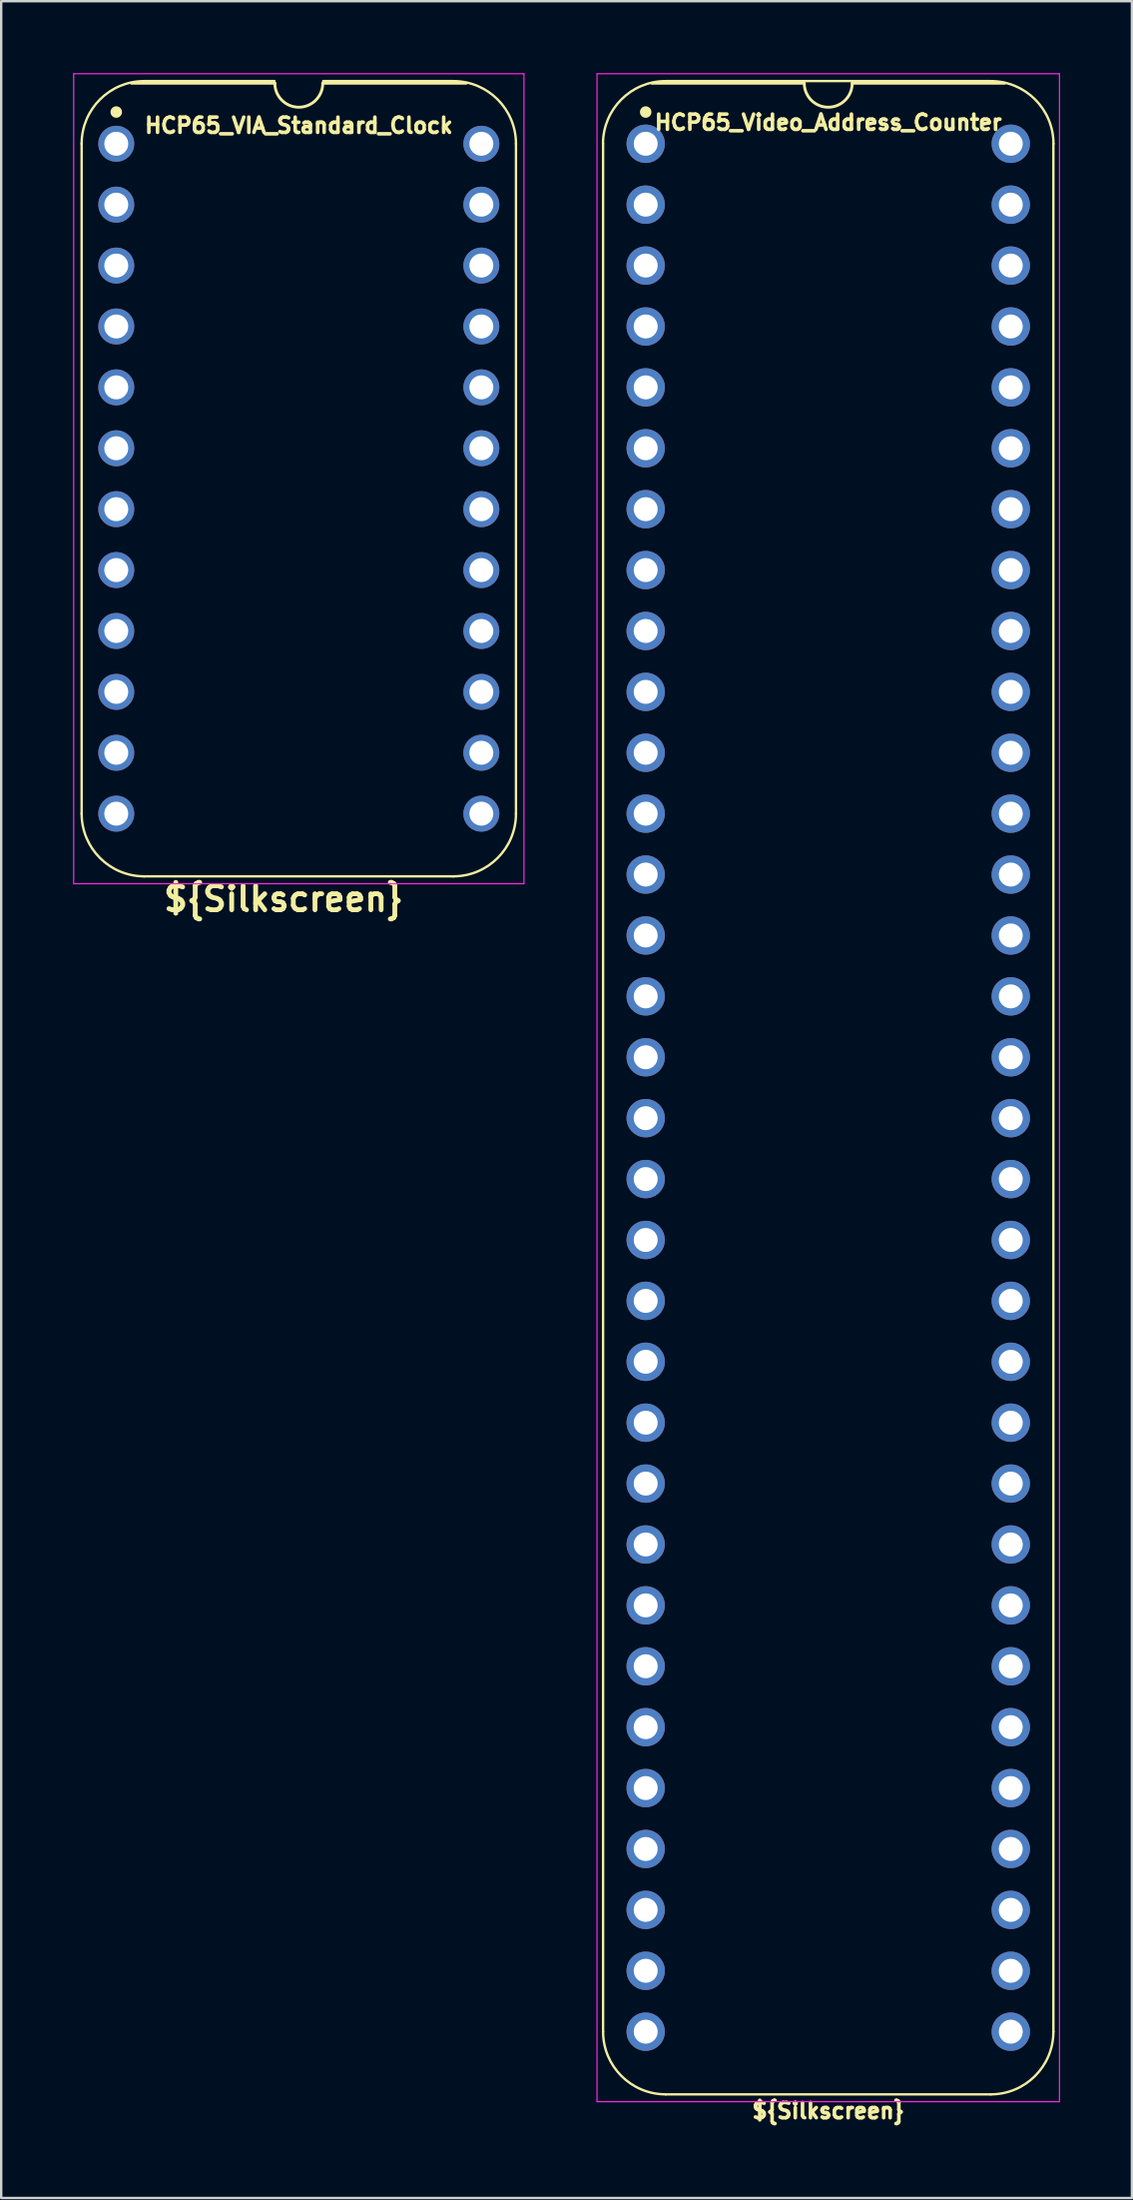
<source format=kicad_pcb>
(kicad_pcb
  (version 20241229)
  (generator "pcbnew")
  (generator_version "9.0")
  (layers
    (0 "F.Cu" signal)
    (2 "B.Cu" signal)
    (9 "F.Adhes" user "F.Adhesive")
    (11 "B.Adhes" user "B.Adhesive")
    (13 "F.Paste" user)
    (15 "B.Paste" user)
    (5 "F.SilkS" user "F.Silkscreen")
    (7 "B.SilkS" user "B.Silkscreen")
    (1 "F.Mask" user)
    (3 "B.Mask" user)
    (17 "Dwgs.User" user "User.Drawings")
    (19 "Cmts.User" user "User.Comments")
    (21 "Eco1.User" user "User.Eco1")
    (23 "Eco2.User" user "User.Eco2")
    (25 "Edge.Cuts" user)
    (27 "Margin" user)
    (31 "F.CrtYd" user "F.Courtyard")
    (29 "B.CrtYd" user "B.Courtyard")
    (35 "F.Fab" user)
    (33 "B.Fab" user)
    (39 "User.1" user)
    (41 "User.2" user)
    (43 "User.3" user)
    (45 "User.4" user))
  (footprint "HCP65_Video_Address_Counter"
    (layer "F.Cu")
    (at 23.903 2.946)
    (property "Reference" "HCP65_Video_Address_Counter" (at 7.62 -0.889 0) (layer "F.SilkS") (effects (font (size 0.635 0.635) (thickness 0.15))))
    (attr through_hole)
    (fp_line (start -1.778 78.74) (end -1.778 0) (stroke (width 0.1) (type solid)) (layer "F.SilkS"))
    (fp_line (start 0.832 -2.614) (end 14.408 -2.614) (stroke (width 0.1) (type solid)) (layer "F.SilkS"))
    (fp_line (start 6.62 -2.524) (end 0.254 -2.524) (stroke (width 0.12) (type solid)) (layer "F.SilkS"))
    (fp_line (start 14.404 81.354) (end 0.836 81.354) (stroke (width 0.1) (type solid)) (layer "F.SilkS"))
    (fp_line (start 14.986 -2.524) (end 8.62 -2.524) (stroke (width 0.12) (type solid)) (layer "F.SilkS"))
    (fp_line (start 17.018 78.74) (end 17.018 0) (stroke (width 0.1) (type solid)) (layer "F.SilkS"))
    (fp_arc (start -1.781544 0) (mid -1.016 -1.848188) (end 0.832188 -2.613732) (stroke (width 0.1) (type solid)) (layer "F.SilkS"))
    (fp_arc (start 0.835733 81.353733) (mid -1.012457 80.58819) (end -1.778 78.74) (stroke (width 0.1) (type solid)) (layer "F.SilkS"))
    (fp_arc (start 8.62 -2.524) (mid 7.62 -1.524) (end 6.62 -2.524) (stroke (width 0.12) (type solid)) (layer "F.SilkS"))
    (fp_arc (start 14.407812 -2.613732) (mid 16.255993 -1.848181) (end 17.021544 0) (stroke (width 0.1) (type solid)) (layer "F.SilkS"))
    (fp_arc (start 17.018001 78.740001) (mid 16.252456 80.588188) (end 14.404269 81.353733) (stroke (width 0.1) (type solid)) (layer "F.SilkS"))
    (fp_circle (center 0 -1.323) (end 0.18 -1.323) (stroke (width 0.12) (type solid)) (fill yes) (layer "F.SilkS"))
    (fp_line (start -2.032 -2.921) (end -2.032 81.661) (stroke (width 0.05) (type solid)) (layer "F.CrtYd"))
    (fp_line (start -2.032 -2.921) (end 17.272 -2.921) (stroke (width 0.05) (type solid)) (layer "F.CrtYd"))
    (fp_line (start -2.032 81.661) (end 17.272 81.661) (stroke (width 0.05) (type solid)) (layer "F.CrtYd"))
    (fp_line (start 17.272 -2.921) (end 17.272 81.661) (stroke (width 0.05) (type solid)) (layer "F.CrtYd"))
    (fp_text user "${Silkscreen}" (at 7.62 82.042 0) (layer "F.SilkS") (effects (font (size 0.635 0.635) (thickness 0.15))))
    (pad "1" thru_hole circle (at 0 0) (size 1.6 1.6) (drill 1) (layers "*.Cu" "*.Mask"))
    (pad "2" thru_hole circle (at 0 2.54) (size 1.6 1.6) (drill 1) (layers "*.Cu" "*.Mask"))
    (pad "3" thru_hole circle (at 0 5.08) (size 1.6 1.6) (drill 1) (layers "*.Cu" "*.Mask"))
    (pad "4" thru_hole circle (at 0 7.62) (size 1.6 1.6) (drill 1) (layers "*.Cu" "*.Mask"))
    (pad "5" thru_hole circle (at 0 10.16) (size 1.6 1.6) (drill 1) (layers "*.Cu" "*.Mask"))
    (pad "6" thru_hole circle (at 0 12.7) (size 1.6 1.6) (drill 1) (layers "*.Cu" "*.Mask"))
    (pad "7" thru_hole circle (at 0 15.24) (size 1.6 1.6) (drill 1) (layers "*.Cu" "*.Mask"))
    (pad "8" thru_hole circle (at 0 17.78) (size 1.6 1.6) (drill 1) (layers "*.Cu" "*.Mask"))
    (pad "9" thru_hole circle (at 0 20.32) (size 1.6 1.6) (drill 1) (layers "*.Cu" "*.Mask"))
    (pad "10" thru_hole circle (at 0 22.86) (size 1.6 1.6) (drill 1) (layers "*.Cu" "*.Mask"))
    (pad "11" thru_hole circle (at 0 25.4) (size 1.6 1.6) (drill 1) (layers "*.Cu" "*.Mask"))
    (pad "12" thru_hole circle (at 0 27.94) (size 1.6 1.6) (drill 1) (layers "*.Cu" "*.Mask"))
    (pad "13" thru_hole circle (at 0 30.48) (size 1.6 1.6) (drill 1) (layers "*.Cu" "*.Mask"))
    (pad "14" thru_hole circle (at 0 33.02) (size 1.6 1.6) (drill 1) (layers "*.Cu" "*.Mask"))
    (pad "15" thru_hole circle (at 0 35.56) (size 1.6 1.6) (drill 1) (layers "*.Cu" "*.Mask"))
    (pad "16" thru_hole circle (at 0 38.1) (size 1.6 1.6) (drill 1) (layers "*.Cu" "*.Mask"))
    (pad "17" thru_hole circle (at 0 40.64) (size 1.6 1.6) (drill 1) (layers "*.Cu" "*.Mask"))
    (pad "18" thru_hole circle (at 0 43.18) (size 1.6 1.6) (drill 1) (layers "*.Cu" "*.Mask"))
    (pad "19" thru_hole circle (at 0 45.72) (size 1.6 1.6) (drill 1) (layers "*.Cu" "*.Mask"))
    (pad "20" thru_hole circle (at 0 48.26) (size 1.6 1.6) (drill 1) (layers "*.Cu" "*.Mask"))
    (pad "21" thru_hole circle (at 0 50.8) (size 1.6 1.6) (drill 1) (layers "*.Cu" "*.Mask"))
    (pad "22" thru_hole circle (at 0 53.34) (size 1.6 1.6) (drill 1) (layers "*.Cu" "*.Mask"))
    (pad "23" thru_hole circle (at 0 55.88) (size 1.6 1.6) (drill 1) (layers "*.Cu" "*.Mask"))
    (pad "24" thru_hole circle (at 0 58.42) (size 1.6 1.6) (drill 1) (layers "*.Cu" "*.Mask"))
    (pad "25" thru_hole circle (at 0 60.96) (size 1.6 1.6) (drill 1) (layers "*.Cu" "*.Mask"))
    (pad "26" thru_hole circle (at 0 63.5) (size 1.6 1.6) (drill 1) (layers "*.Cu" "*.Mask"))
    (pad "27" thru_hole circle (at 0 66.04) (size 1.6 1.6) (drill 1) (layers "*.Cu" "*.Mask"))
    (pad "28" thru_hole circle (at 0 68.58) (size 1.6 1.6) (drill 1) (layers "*.Cu" "*.Mask"))
    (pad "29" thru_hole circle (at 0 71.12) (size 1.6 1.6) (drill 1) (layers "*.Cu" "*.Mask"))
    (pad "30" thru_hole circle (at 0 73.66) (size 1.6 1.6) (drill 1) (layers "*.Cu" "*.Mask"))
    (pad "31" thru_hole circle (at 0 76.2) (size 1.6 1.6) (drill 1) (layers "*.Cu" "*.Mask"))
    (pad "32" thru_hole circle (at 0 78.74) (size 1.6 1.6) (drill 1) (layers "*.Cu" "*.Mask"))
    (pad "33" thru_hole circle (at 15.24 78.74) (size 1.6 1.6) (drill 1) (layers "*.Cu" "*.Mask"))
    (pad "34" thru_hole circle (at 15.24 76.2) (size 1.6 1.6) (drill 1) (layers "*.Cu" "*.Mask"))
    (pad "35" thru_hole circle (at 15.24 73.66) (size 1.6 1.6) (drill 1) (layers "*.Cu" "*.Mask"))
    (pad "36" thru_hole circle (at 15.24 71.12) (size 1.6 1.6) (drill 1) (layers "*.Cu" "*.Mask"))
    (pad "37" thru_hole circle (at 15.24 68.58) (size 1.6 1.6) (drill 1) (layers "*.Cu" "*.Mask"))
    (pad "38" thru_hole circle (at 15.24 66.04) (size 1.6 1.6) (drill 1) (layers "*.Cu" "*.Mask"))
    (pad "39" thru_hole circle (at 15.24 63.5) (size 1.6 1.6) (drill 1) (layers "*.Cu" "*.Mask"))
    (pad "40" thru_hole circle (at 15.24 60.96) (size 1.6 1.6) (drill 1) (layers "*.Cu" "*.Mask"))
    (pad "41" thru_hole circle (at 15.24 58.42) (size 1.6 1.6) (drill 1) (layers "*.Cu" "*.Mask"))
    (pad "42" thru_hole circle (at 15.24 55.88) (size 1.6 1.6) (drill 1) (layers "*.Cu" "*.Mask"))
    (pad "43" thru_hole circle (at 15.24 53.34) (size 1.6 1.6) (drill 1) (layers "*.Cu" "*.Mask"))
    (pad "44" thru_hole circle (at 15.24 50.8) (size 1.6 1.6) (drill 1) (layers "*.Cu" "*.Mask"))
    (pad "45" thru_hole circle (at 15.24 48.26) (size 1.6 1.6) (drill 1) (layers "*.Cu" "*.Mask"))
    (pad "46" thru_hole circle (at 15.24 45.72) (size 1.6 1.6) (drill 1) (layers "*.Cu" "*.Mask"))
    (pad "47" thru_hole circle (at 15.24 43.18) (size 1.6 1.6) (drill 1) (layers "*.Cu" "*.Mask"))
    (pad "48" thru_hole circle (at 15.24 40.64) (size 1.6 1.6) (drill 1) (layers "*.Cu" "*.Mask"))
    (pad "49" thru_hole circle (at 15.24 38.1) (size 1.6 1.6) (drill 1) (layers "*.Cu" "*.Mask"))
    (pad "50" thru_hole circle (at 15.24 35.56) (size 1.6 1.6) (drill 1) (layers "*.Cu" "*.Mask"))
    (pad "51" thru_hole circle (at 15.24 33.02) (size 1.6 1.6) (drill 1) (layers "*.Cu" "*.Mask"))
    (pad "52" thru_hole circle (at 15.24 30.48) (size 1.6 1.6) (drill 1) (layers "*.Cu" "*.Mask"))
    (pad "53" thru_hole circle (at 15.24 27.94) (size 1.6 1.6) (drill 1) (layers "*.Cu" "*.Mask"))
    (pad "54" thru_hole circle (at 15.24 25.4) (size 1.6 1.6) (drill 1) (layers "*.Cu" "*.Mask"))
    (pad "55" thru_hole circle (at 15.24 22.86) (size 1.6 1.6) (drill 1) (layers "*.Cu" "*.Mask"))
    (pad "56" thru_hole circle (at 15.24 20.32) (size 1.6 1.6) (drill 1) (layers "*.Cu" "*.Mask"))
    (pad "57" thru_hole circle (at 15.24 17.78) (size 1.6 1.6) (drill 1) (layers "*.Cu" "*.Mask"))
    (pad "58" thru_hole circle (at 15.24 15.24) (size 1.6 1.6) (drill 1) (layers "*.Cu" "*.Mask"))
    (pad "59" thru_hole circle (at 15.24 12.7) (size 1.6 1.6) (drill 1) (layers "*.Cu" "*.Mask"))
    (pad "60" thru_hole circle (at 15.24 10.16) (size 1.6 1.6) (drill 1) (layers "*.Cu" "*.Mask"))
    (pad "61" thru_hole circle (at 15.24 7.62) (size 1.6 1.6) (drill 1) (layers "*.Cu" "*.Mask"))
    (pad "62" thru_hole circle (at 15.24 5.08) (size 1.6 1.6) (drill 1) (layers "*.Cu" "*.Mask"))
    (pad "63" thru_hole circle (at 15.24 2.54) (size 1.6 1.6) (drill 1) (layers "*.Cu" "*.Mask"))
    (pad "64" thru_hole circle (at 15.24 0) (size 1.6 1.6) (drill 1) (layers "*.Cu" "*.Mask")))
  (footprint "HCP65_VIA_Standard_Clock"
    (layer "F.Cu")
    (at 1.803 2.946)
    (property "Reference" "HCP65_VIA_Standard_Clock" (at 7.62 -0.762 0) (layer "F.SilkS") (effects (font (size 0.635 0.635) (thickness 0.15))))
    (property "Silkscreen" "${Silkscreen}" (at 6.985 31.496 0) (layer "F.SilkS") (effects (font (size 1 1) (thickness 0.2))))
    (attr through_hole)
    (fp_line (start -1.445 27.94) (end -1.445 0) (stroke (width 0.1) (type solid)) (layer "F.SilkS"))
    (fp_line (start 1.168 -2.614) (end 6.604 -2.614) (stroke (width 0.1) (type solid)) (layer "F.SilkS"))
    (fp_line (start 6.62 -2.524) (end 0.635 -2.524) (stroke (width 0.12) (type solid)) (layer "F.SilkS"))
    (fp_line (start 8.636 -2.614) (end 14.072 -2.614) (stroke (width 0.1) (type solid)) (layer "F.SilkS"))
    (fp_line (start 14.072 30.554) (end 1.168 30.554) (stroke (width 0.1) (type solid)) (layer "F.SilkS"))
    (fp_line (start 14.605 -2.524) (end 8.62 -2.524) (stroke (width 0.12) (type solid)) (layer "F.SilkS"))
    (fp_line (start 16.685 27.94) (end 16.685 0) (stroke (width 0.1) (type solid)) (layer "F.SilkS"))
    (fp_arc (start -1.445332 0) (mid -0.679788 -1.848188) (end 1.1684 -2.613732) (stroke (width 0.1) (type solid)) (layer "F.SilkS"))
    (fp_arc (start 1.168401 30.553733) (mid -0.679788 29.788189) (end -1.445332 27.94) (stroke (width 0.1) (type solid)) (layer "F.SilkS"))
    (fp_arc (start 8.62 -2.524) (mid 7.62 -1.524) (end 6.62 -2.524) (stroke (width 0.12) (type solid)) (layer "F.SilkS"))
    (fp_arc (start 14.0716 -2.613732) (mid 15.919788 -1.848188) (end 16.685332 0) (stroke (width 0.1) (type solid)) (layer "F.SilkS"))
    (fp_arc (start 16.685333 27.940001) (mid 15.919788 29.788188) (end 14.071601 30.553733) (stroke (width 0.1) (type solid)) (layer "F.SilkS"))
    (fp_circle (center 0 -1.323) (end 0.18 -1.323) (stroke (width 0.12) (type solid)) (fill yes) (layer "F.SilkS"))
    (fp_line (start -1.778 -2.921) (end -1.778 30.861) (stroke (width 0.05) (type solid)) (layer "F.CrtYd"))
    (fp_line (start -1.778 -2.921) (end 17.018 -2.921) (stroke (width 0.05) (type solid)) (layer "F.CrtYd"))
    (fp_line (start -1.778 30.861) (end 17.018 30.861) (stroke (width 0.05) (type solid)) (layer "F.CrtYd"))
    (fp_line (start 17.018 -2.921) (end 17.018 30.861) (stroke (width 0.05) (type solid)) (layer "F.CrtYd"))
    (pad "1" thru_hole circle (at 0 0) (size 1.5 1.5) (drill 1) (layers "*.Cu" "*.Mask"))
    (pad "2" thru_hole circle (at 0 2.54) (size 1.5 1.5) (drill 1) (layers "*.Cu" "*.Mask"))
    (pad "3" thru_hole circle (at 0 5.08) (size 1.5 1.5) (drill 1) (layers "*.Cu" "*.Mask"))
    (pad "4" thru_hole circle (at 0 7.62) (size 1.5 1.5) (drill 1) (layers "*.Cu" "*.Mask"))
    (pad "5" thru_hole circle (at 0 10.16) (size 1.5 1.5) (drill 1) (layers "*.Cu" "*.Mask"))
    (pad "6" thru_hole circle (at 0 12.7) (size 1.5 1.5) (drill 1) (layers "*.Cu" "*.Mask"))
    (pad "7" thru_hole circle (at 0 15.24) (size 1.5 1.5) (drill 1) (layers "*.Cu" "*.Mask"))
    (pad "8" thru_hole circle (at 0 17.78) (size 1.5 1.5) (drill 1) (layers "*.Cu" "*.Mask"))
    (pad "9" thru_hole circle (at 0 20.32) (size 1.5 1.5) (drill 1) (layers "*.Cu" "*.Mask"))
    (pad "10" thru_hole circle (at 0 22.86) (size 1.5 1.5) (drill 1) (layers "*.Cu" "*.Mask"))
    (pad "11" thru_hole circle (at 0 25.4) (size 1.5 1.5) (drill 1) (layers "*.Cu" "*.Mask"))
    (pad "12" thru_hole circle (at 0 27.94) (size 1.5 1.5) (drill 1) (layers "*.Cu" "*.Mask"))
    (pad "13" thru_hole circle (at 15.24 27.94) (size 1.5 1.5) (drill 1) (layers "*.Cu" "*.Mask"))
    (pad "14" thru_hole circle (at 15.24 25.4) (size 1.5 1.5) (drill 1) (layers "*.Cu" "*.Mask"))
    (pad "15" thru_hole circle (at 15.24 22.86) (size 1.5 1.5) (drill 1) (layers "*.Cu" "*.Mask"))
    (pad "16" thru_hole circle (at 15.24 20.32) (size 1.5 1.5) (drill 1) (layers "*.Cu" "*.Mask"))
    (pad "17" thru_hole circle (at 15.24 17.78) (size 1.5 1.5) (drill 1) (layers "*.Cu" "*.Mask"))
    (pad "18" thru_hole circle (at 15.24 15.24) (size 1.5 1.5) (drill 1) (layers "*.Cu" "*.Mask"))
    (pad "19" thru_hole circle (at 15.24 12.7) (size 1.5 1.5) (drill 1) (layers "*.Cu" "*.Mask"))
    (pad "20" thru_hole circle (at 15.24 10.16) (size 1.5 1.5) (drill 1) (layers "*.Cu" "*.Mask"))
    (pad "21" thru_hole circle (at 15.24 7.62) (size 1.5 1.5) (drill 1) (layers "*.Cu" "*.Mask"))
    (pad "22" thru_hole circle (at 15.24 5.08) (size 1.5 1.5) (drill 1) (layers "*.Cu" "*.Mask"))
    (pad "23" thru_hole circle (at 15.24 2.54) (size 1.5 1.5) (drill 1) (layers "*.Cu" "*.Mask"))
    (pad "24" thru_hole circle (at 15.24 0) (size 1.5 1.5) (drill 1) (layers "*.Cu" "*.Mask")))
  (gr_rect
    (start -3 -3)
    (end 44.2 88.623)
    (stroke (width 0.1) (type default))
    (fill no)
    (layer "Edge.Cuts")))
</source>
